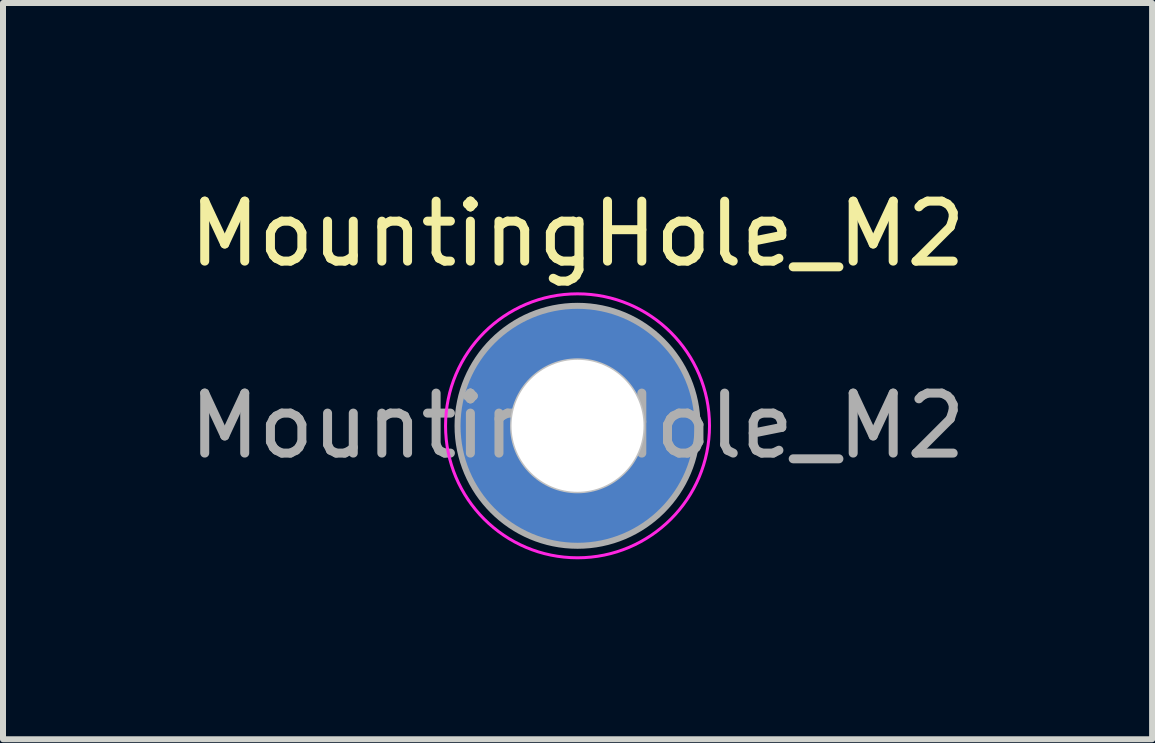
<source format=kicad_pcb>
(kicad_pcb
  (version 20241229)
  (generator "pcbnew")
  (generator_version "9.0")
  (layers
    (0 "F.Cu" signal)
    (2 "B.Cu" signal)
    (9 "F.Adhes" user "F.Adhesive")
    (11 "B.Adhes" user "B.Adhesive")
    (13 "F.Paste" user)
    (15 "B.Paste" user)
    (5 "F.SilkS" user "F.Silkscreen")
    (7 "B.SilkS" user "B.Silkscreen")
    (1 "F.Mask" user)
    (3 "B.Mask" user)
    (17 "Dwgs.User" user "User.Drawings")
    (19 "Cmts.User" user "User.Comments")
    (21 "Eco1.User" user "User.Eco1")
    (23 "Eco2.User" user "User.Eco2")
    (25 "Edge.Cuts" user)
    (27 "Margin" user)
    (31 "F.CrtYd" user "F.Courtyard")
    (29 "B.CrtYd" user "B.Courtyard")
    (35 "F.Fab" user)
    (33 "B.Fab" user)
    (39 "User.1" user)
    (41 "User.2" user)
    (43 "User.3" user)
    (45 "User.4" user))
  (footprint "MountingHole_M2"
    (layer "F.Cu")
    (at 6.577 4.048)
    (property "Reference" "MountingHole_M2" (at 0 -3.2 0) (layer "F.SilkS") (effects (font (size 1 1) (thickness 0.15))))
    (attr exclude_from_pos_files exclude_from_bom)
    (fp_circle (center 0 0) (end 0 -1.1) (stroke (width 0.05) (type default)) (fill no) (layer "Dwgs.User"))
    (fp_circle (center 0 0) (end 2.2 0) (stroke (width 0.05) (type solid)) (fill no) (layer "F.CrtYd"))
    (fp_circle (center 0 0) (end 2 0) (stroke (width 0.1) (type solid)) (fill no) (layer "F.Fab"))
    (fp_text user "${REFERENCE}" (at 0 0 0) (layer "F.Fab") (effects (font (size 1 1) (thickness 0.15))))
    (pad "1" thru_hole circle (at 0 0) (size 4 4) (drill 2.2) (layers "*.Cu" "*.Mask")))
  (gr_rect
    (start -3 -3)
    (end 16.155 9.273)
    (stroke (width 0.1) (type default))
    (fill no)
    (layer "Edge.Cuts")))
</source>
